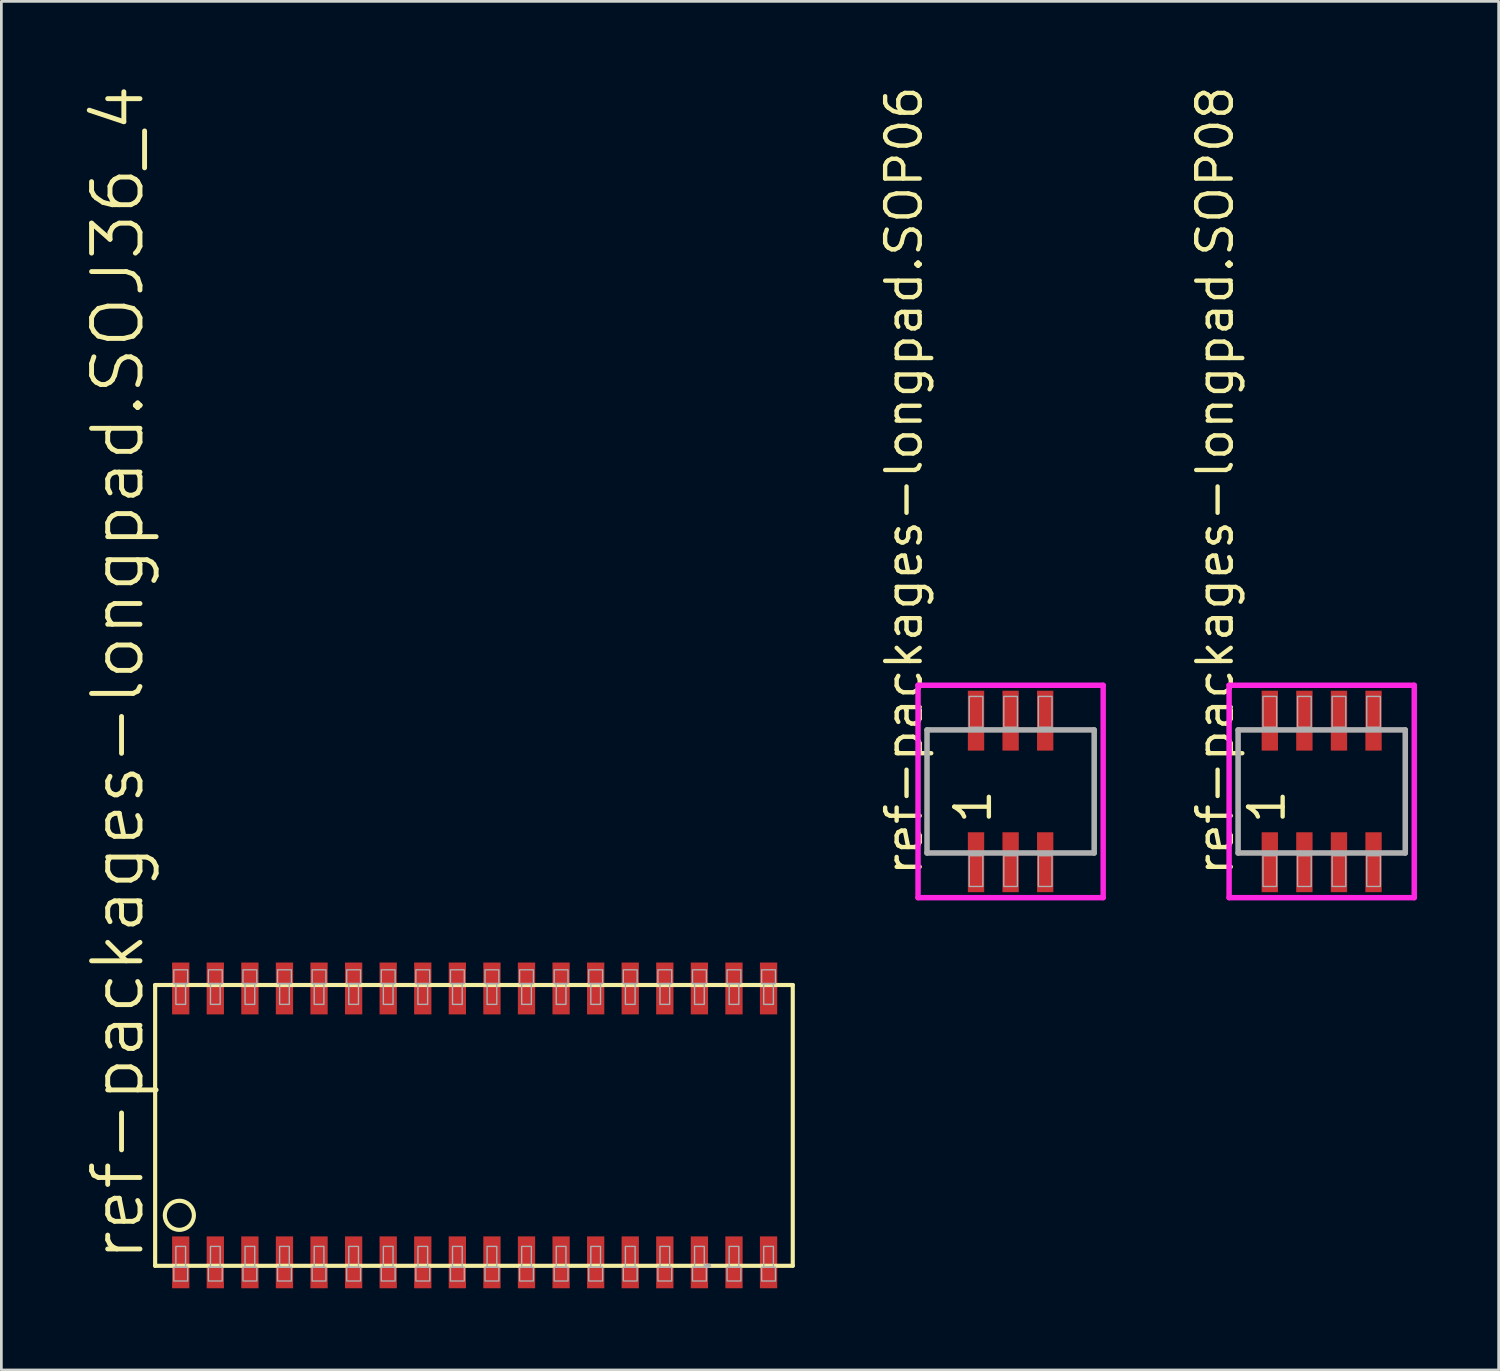
<source format=kicad_pcb>
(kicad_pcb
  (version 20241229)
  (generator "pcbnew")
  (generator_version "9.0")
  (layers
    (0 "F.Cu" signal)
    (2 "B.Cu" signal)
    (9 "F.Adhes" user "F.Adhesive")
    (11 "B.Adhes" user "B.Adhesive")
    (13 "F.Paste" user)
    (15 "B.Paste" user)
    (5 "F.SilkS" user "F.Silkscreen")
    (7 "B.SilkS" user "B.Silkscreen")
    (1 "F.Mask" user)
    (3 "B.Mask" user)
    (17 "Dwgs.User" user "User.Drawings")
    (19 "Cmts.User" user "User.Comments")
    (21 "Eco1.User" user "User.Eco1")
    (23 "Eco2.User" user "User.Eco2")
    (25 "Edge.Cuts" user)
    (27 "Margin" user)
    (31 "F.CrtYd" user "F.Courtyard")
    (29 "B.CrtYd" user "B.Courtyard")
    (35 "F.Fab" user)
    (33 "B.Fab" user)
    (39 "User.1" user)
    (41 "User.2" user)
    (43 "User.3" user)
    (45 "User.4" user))
  (footprint "ref-packages-longpad.SOP08"
    (layer "F.Cu")
    (at 45.493 26.019)
    (property "Reference" "ref-packages-longpad.SOP08" (at -3.175 3.175 90) (layer "F.SilkS") (effects (font (size 1.27 1.27) (thickness 0.16)) (justify left bottom)))
    (attr smd)
    (fp_line (start -3.4 -3.9) (end 3.4 -3.9) (stroke (width 0.2) (type default)) (layer "F.CrtYd"))
    (fp_line (start -3.4 3.9) (end -3.4 -3.9) (stroke (width 0.2) (type default)) (layer "F.CrtYd"))
    (fp_line (start 3.4 -3.9) (end 3.4 3.9) (stroke (width 0.2) (type default)) (layer "F.CrtYd"))
    (fp_line (start 3.4 3.9) (end -3.4 3.9) (stroke (width 0.2) (type default)) (layer "F.CrtYd"))
    (fp_line (start -3.07 -2.26) (end 3.07 -2.26) (stroke (width 0.203) (type default)) (layer "F.Fab"))
    (fp_line (start -3.07 2.26) (end -3.07 -2.26) (stroke (width 0.203) (type default)) (layer "F.Fab"))
    (fp_line (start 3.07 -2.26) (end 3.07 2.26) (stroke (width 0.203) (type default)) (layer "F.Fab"))
    (fp_line (start 3.07 2.26) (end -3.07 2.26) (stroke (width 0.203) (type default)) (layer "F.Fab"))
    (fp_rect (start -2.155 -2.36) (end -1.655 -3.49) (stroke (width 0.05) (type default)) (fill no) (layer "F.Fab"))
    (fp_rect (start -2.155 3.49) (end -1.655 2.36) (stroke (width 0.05) (type default)) (fill no) (layer "F.Fab"))
    (fp_rect (start -0.885 -2.36) (end -0.385 -3.49) (stroke (width 0.05) (type default)) (fill no) (layer "F.Fab"))
    (fp_rect (start -0.885 3.49) (end -0.385 2.36) (stroke (width 0.05) (type default)) (fill no) (layer "F.Fab"))
    (fp_rect (start 0.385 -2.36) (end 0.885 -3.49) (stroke (width 0.05) (type default)) (fill no) (layer "F.Fab"))
    (fp_rect (start 0.385 3.49) (end 0.885 2.36) (stroke (width 0.05) (type default)) (fill no) (layer "F.Fab"))
    (fp_rect (start 1.655 -2.36) (end 2.155 -3.49) (stroke (width 0.05) (type default)) (fill no) (layer "F.Fab"))
    (fp_rect (start 1.655 3.49) (end 2.155 2.36) (stroke (width 0.05) (type default)) (fill no) (layer "F.Fab"))
    (fp_text user "1" (at -1.27 1.27 90) (layer "F.SilkS") (effects (font (size 1.27 1.27) (thickness 0.16)) (justify left bottom)))
    (pad "1" smd roundrect (at -1.905 2.6) (size 0.6 2.2) (layers "F.Cu" "F.Mask" "F.Paste") (roundrect_rratio 0.01))
    (pad "2" smd roundrect (at -0.635 2.6) (size 0.6 2.2) (layers "F.Cu" "F.Mask" "F.Paste") (roundrect_rratio 0.01))
    (pad "3" smd roundrect (at 0.635 2.6) (size 0.6 2.2) (layers "F.Cu" "F.Mask" "F.Paste") (roundrect_rratio 0.01))
    (pad "4" smd roundrect (at 1.905 2.6) (size 0.6 2.2) (layers "F.Cu" "F.Mask" "F.Paste") (roundrect_rratio 0.01))
    (pad "5" smd roundrect (at 1.905 -2.6) (size 0.6 2.2) (layers "F.Cu" "F.Mask" "F.Paste") (roundrect_rratio 0.01))
    (pad "6" smd roundrect (at 0.635 -2.6) (size 0.6 2.2) (layers "F.Cu" "F.Mask" "F.Paste") (roundrect_rratio 0.01))
    (pad "7" smd roundrect (at -0.635 -2.6) (size 0.6 2.2) (layers "F.Cu" "F.Mask" "F.Paste") (roundrect_rratio 0.01))
    (pad "8" smd roundrect (at -1.905 -2.6) (size 0.6 2.2) (layers "F.Cu" "F.Mask" "F.Paste") (roundrect_rratio 0.01)))
  (footprint "ref-packages-longpad.SOP06"
    (layer "F.Cu")
    (at 34.068 26.019)
    (property "Reference" "ref-packages-longpad.SOP06" (at -3.175 3.175 90) (layer "F.SilkS") (effects (font (size 1.27 1.27) (thickness 0.16)) (justify left bottom)))
    (attr smd)
    (fp_line (start -3.4 -3.9) (end 3.4 -3.9) (stroke (width 0.2) (type default)) (layer "F.CrtYd"))
    (fp_line (start -3.4 3.9) (end -3.4 -3.9) (stroke (width 0.2) (type default)) (layer "F.CrtYd"))
    (fp_line (start 3.4 -3.9) (end 3.4 3.9) (stroke (width 0.2) (type default)) (layer "F.CrtYd"))
    (fp_line (start 3.4 3.9) (end -3.4 3.9) (stroke (width 0.2) (type default)) (layer "F.CrtYd"))
    (fp_line (start -3.07 -2.26) (end 3.07 -2.26) (stroke (width 0.203) (type default)) (layer "F.Fab"))
    (fp_line (start -3.07 2.26) (end -3.07 -2.26) (stroke (width 0.203) (type default)) (layer "F.Fab"))
    (fp_line (start 3.07 -2.26) (end 3.07 2.26) (stroke (width 0.203) (type default)) (layer "F.Fab"))
    (fp_line (start 3.07 2.26) (end -3.07 2.26) (stroke (width 0.203) (type default)) (layer "F.Fab"))
    (fp_rect (start -1.52 -2.36) (end -1.02 -3.49) (stroke (width 0.05) (type default)) (fill no) (layer "F.Fab"))
    (fp_rect (start -1.52 3.49) (end -1.02 2.36) (stroke (width 0.05) (type default)) (fill no) (layer "F.Fab"))
    (fp_rect (start -0.25 -2.36) (end 0.25 -3.49) (stroke (width 0.05) (type default)) (fill no) (layer "F.Fab"))
    (fp_rect (start -0.25 3.49) (end 0.25 2.36) (stroke (width 0.05) (type default)) (fill no) (layer "F.Fab"))
    (fp_rect (start 1.02 -2.36) (end 1.52 -3.49) (stroke (width 0.05) (type default)) (fill no) (layer "F.Fab"))
    (fp_rect (start 1.02 3.49) (end 1.52 2.36) (stroke (width 0.05) (type default)) (fill no) (layer "F.Fab"))
    (fp_text user "1" (at -0.635 1.27 90) (layer "F.SilkS") (effects (font (size 1.27 1.27) (thickness 0.16)) (justify left bottom)))
    (pad "1" smd roundrect (at -1.27 2.6) (size 0.6 2.2) (layers "F.Cu" "F.Mask" "F.Paste") (roundrect_rratio 0.01))
    (pad "2" smd roundrect (at 0 2.6) (size 0.6 2.2) (layers "F.Cu" "F.Mask" "F.Paste") (roundrect_rratio 0.01))
    (pad "3" smd roundrect (at 1.27 2.6) (size 0.6 2.2) (layers "F.Cu" "F.Mask" "F.Paste") (roundrect_rratio 0.01))
    (pad "4" smd roundrect (at 1.27 -2.6) (size 0.6 2.2) (layers "F.Cu" "F.Mask" "F.Paste") (roundrect_rratio 0.01))
    (pad "5" smd roundrect (at 0 -2.6) (size 0.6 2.2) (layers "F.Cu" "F.Mask" "F.Paste") (roundrect_rratio 0.01))
    (pad "6" smd roundrect (at -1.27 -2.6) (size 0.6 2.2) (layers "F.Cu" "F.Mask" "F.Paste") (roundrect_rratio 0.01)))
  (footprint "ref-packages-longpad.SOJ36_4"
    (layer "F.Cu")
    (at 13.748 38.284)
    (property "Reference" "ref-packages-longpad.SOJ36_4" (at -11.43 5.08 90) (layer "F.SilkS") (effects (font (size 1.778 1.778) (thickness 0.18)) (justify left bottom)))
    (attr smd)
    (fp_line (start -11.1 -5.156) (end -11.1 5.156) (stroke (width 0.152) (type default)) (layer "F.SilkS"))
    (fp_line (start -11.1 -5.156) (end 12.319 -5.156) (stroke (width 0.152) (type default)) (layer "F.SilkS"))
    (fp_line (start -11.1 5.156) (end 12.319 5.156) (stroke (width 0.152) (type default)) (layer "F.SilkS"))
    (fp_line (start 12.319 5.156) (end 12.319 -5.156) (stroke (width 0.152) (type default)) (layer "F.SilkS"))
    (fp_circle (center -10.211 3.302) (end -9.677 3.302) (stroke (width 0.152) (type default)) (fill no) (layer "F.SilkS"))
    (fp_line (start 9.246 5.156) (end 9.169 5.156) (stroke (width 0.152) (type default)) (layer "F.Fab"))
    (fp_rect (start -10.414 -5.207) (end -9.906 -5.715) (stroke (width 0.05) (type default)) (fill no) (layer "F.Fab"))
    (fp_rect (start -10.414 5.715) (end -9.906 5.207) (stroke (width 0.05) (type default)) (fill no) (layer "F.Fab"))
    (fp_rect (start -10.338 -4.445) (end -9.982 -5.207) (stroke (width 0.05) (type default)) (fill no) (layer "F.Fab"))
    (fp_rect (start -10.338 5.207) (end -9.982 4.445) (stroke (width 0.05) (type default)) (fill no) (layer "F.Fab"))
    (fp_rect (start -9.144 -5.207) (end -8.636 -5.715) (stroke (width 0.05) (type default)) (fill no) (layer "F.Fab"))
    (fp_rect (start -9.144 5.715) (end -8.636 5.207) (stroke (width 0.05) (type default)) (fill no) (layer "F.Fab"))
    (fp_rect (start -9.068 -4.445) (end -8.712 -5.207) (stroke (width 0.05) (type default)) (fill no) (layer "F.Fab"))
    (fp_rect (start -9.068 5.207) (end -8.712 4.445) (stroke (width 0.05) (type default)) (fill no) (layer "F.Fab"))
    (fp_rect (start -7.874 -5.207) (end -7.366 -5.715) (stroke (width 0.05) (type default)) (fill no) (layer "F.Fab"))
    (fp_rect (start -7.874 5.715) (end -7.366 5.207) (stroke (width 0.05) (type default)) (fill no) (layer "F.Fab"))
    (fp_rect (start -7.798 -4.445) (end -7.442 -5.207) (stroke (width 0.05) (type default)) (fill no) (layer "F.Fab"))
    (fp_rect (start -7.798 5.207) (end -7.442 4.445) (stroke (width 0.05) (type default)) (fill no) (layer "F.Fab"))
    (fp_rect (start -6.604 -5.207) (end -6.096 -5.715) (stroke (width 0.05) (type default)) (fill no) (layer "F.Fab"))
    (fp_rect (start -6.604 5.715) (end -6.096 5.207) (stroke (width 0.05) (type default)) (fill no) (layer "F.Fab"))
    (fp_rect (start -6.528 -4.445) (end -6.172 -5.207) (stroke (width 0.05) (type default)) (fill no) (layer "F.Fab"))
    (fp_rect (start -6.528 5.207) (end -6.172 4.445) (stroke (width 0.05) (type default)) (fill no) (layer "F.Fab"))
    (fp_rect (start -5.334 -5.207) (end -4.826 -5.715) (stroke (width 0.05) (type default)) (fill no) (layer "F.Fab"))
    (fp_rect (start -5.334 5.715) (end -4.826 5.207) (stroke (width 0.05) (type default)) (fill no) (layer "F.Fab"))
    (fp_rect (start -5.258 -4.445) (end -4.902 -5.207) (stroke (width 0.05) (type default)) (fill no) (layer "F.Fab"))
    (fp_rect (start -5.258 5.207) (end -4.902 4.445) (stroke (width 0.05) (type default)) (fill no) (layer "F.Fab"))
    (fp_rect (start -4.064 -5.207) (end -3.556 -5.715) (stroke (width 0.05) (type default)) (fill no) (layer "F.Fab"))
    (fp_rect (start -4.064 5.715) (end -3.556 5.207) (stroke (width 0.05) (type default)) (fill no) (layer "F.Fab"))
    (fp_rect (start -3.988 -4.445) (end -3.632 -5.207) (stroke (width 0.05) (type default)) (fill no) (layer "F.Fab"))
    (fp_rect (start -3.988 5.207) (end -3.632 4.445) (stroke (width 0.05) (type default)) (fill no) (layer "F.Fab"))
    (fp_rect (start -2.794 -5.207) (end -2.286 -5.715) (stroke (width 0.05) (type default)) (fill no) (layer "F.Fab"))
    (fp_rect (start -2.794 5.715) (end -2.286 5.207) (stroke (width 0.05) (type default)) (fill no) (layer "F.Fab"))
    (fp_rect (start -2.718 -4.445) (end -2.362 -5.207) (stroke (width 0.05) (type default)) (fill no) (layer "F.Fab"))
    (fp_rect (start -2.718 5.207) (end -2.362 4.445) (stroke (width 0.05) (type default)) (fill no) (layer "F.Fab"))
    (fp_rect (start -1.524 -5.207) (end -1.016 -5.715) (stroke (width 0.05) (type default)) (fill no) (layer "F.Fab"))
    (fp_rect (start -1.524 5.715) (end -1.016 5.207) (stroke (width 0.05) (type default)) (fill no) (layer "F.Fab"))
    (fp_rect (start -1.448 -4.445) (end -1.092 -5.207) (stroke (width 0.05) (type default)) (fill no) (layer "F.Fab"))
    (fp_rect (start -1.448 5.207) (end -1.092 4.445) (stroke (width 0.05) (type default)) (fill no) (layer "F.Fab"))
    (fp_rect (start -0.254 -5.207) (end 0.254 -5.715) (stroke (width 0.05) (type default)) (fill no) (layer "F.Fab"))
    (fp_rect (start -0.254 5.715) (end 0.254 5.207) (stroke (width 0.05) (type default)) (fill no) (layer "F.Fab"))
    (fp_rect (start -0.178 -4.445) (end 0.178 -5.207) (stroke (width 0.05) (type default)) (fill no) (layer "F.Fab"))
    (fp_rect (start -0.178 5.207) (end 0.178 4.445) (stroke (width 0.05) (type default)) (fill no) (layer "F.Fab"))
    (fp_rect (start 1.016 -5.207) (end 1.524 -5.715) (stroke (width 0.05) (type default)) (fill no) (layer "F.Fab"))
    (fp_rect (start 1.016 5.715) (end 1.524 5.207) (stroke (width 0.05) (type default)) (fill no) (layer "F.Fab"))
    (fp_rect (start 1.092 -4.445) (end 1.448 -5.207) (stroke (width 0.05) (type default)) (fill no) (layer "F.Fab"))
    (fp_rect (start 1.092 5.207) (end 1.448 4.445) (stroke (width 0.05) (type default)) (fill no) (layer "F.Fab"))
    (fp_rect (start 2.286 -5.207) (end 2.794 -5.715) (stroke (width 0.05) (type default)) (fill no) (layer "F.Fab"))
    (fp_rect (start 2.286 5.715) (end 2.794 5.207) (stroke (width 0.05) (type default)) (fill no) (layer "F.Fab"))
    (fp_rect (start 2.362 -4.445) (end 2.718 -5.207) (stroke (width 0.05) (type default)) (fill no) (layer "F.Fab"))
    (fp_rect (start 2.362 5.207) (end 2.718 4.445) (stroke (width 0.05) (type default)) (fill no) (layer "F.Fab"))
    (fp_rect (start 3.556 -5.207) (end 4.064 -5.715) (stroke (width 0.05) (type default)) (fill no) (layer "F.Fab"))
    (fp_rect (start 3.556 5.715) (end 4.064 5.207) (stroke (width 0.05) (type default)) (fill no) (layer "F.Fab"))
    (fp_rect (start 3.632 -4.445) (end 3.988 -5.207) (stroke (width 0.05) (type default)) (fill no) (layer "F.Fab"))
    (fp_rect (start 3.632 5.207) (end 3.988 4.445) (stroke (width 0.05) (type default)) (fill no) (layer "F.Fab"))
    (fp_rect (start 4.826 -5.207) (end 5.334 -5.715) (stroke (width 0.05) (type default)) (fill no) (layer "F.Fab"))
    (fp_rect (start 4.826 5.715) (end 5.334 5.207) (stroke (width 0.05) (type default)) (fill no) (layer "F.Fab"))
    (fp_rect (start 4.902 -4.445) (end 5.258 -5.207) (stroke (width 0.05) (type default)) (fill no) (layer "F.Fab"))
    (fp_rect (start 4.902 5.207) (end 5.258 4.445) (stroke (width 0.05) (type default)) (fill no) (layer "F.Fab"))
    (fp_rect (start 6.096 -5.207) (end 6.604 -5.715) (stroke (width 0.05) (type default)) (fill no) (layer "F.Fab"))
    (fp_rect (start 6.096 5.715) (end 6.604 5.207) (stroke (width 0.05) (type default)) (fill no) (layer "F.Fab"))
    (fp_rect (start 6.172 -4.445) (end 6.528 -5.207) (stroke (width 0.05) (type default)) (fill no) (layer "F.Fab"))
    (fp_rect (start 6.172 5.207) (end 6.528 4.445) (stroke (width 0.05) (type default)) (fill no) (layer "F.Fab"))
    (fp_rect (start 7.366 -5.207) (end 7.874 -5.715) (stroke (width 0.05) (type default)) (fill no) (layer "F.Fab"))
    (fp_rect (start 7.366 5.715) (end 7.874 5.207) (stroke (width 0.05) (type default)) (fill no) (layer "F.Fab"))
    (fp_rect (start 7.442 -4.445) (end 7.798 -5.207) (stroke (width 0.05) (type default)) (fill no) (layer "F.Fab"))
    (fp_rect (start 7.442 5.207) (end 7.798 4.445) (stroke (width 0.05) (type default)) (fill no) (layer "F.Fab"))
    (fp_rect (start 8.636 -5.207) (end 9.144 -5.715) (stroke (width 0.05) (type default)) (fill no) (layer "F.Fab"))
    (fp_rect (start 8.636 5.715) (end 9.144 5.207) (stroke (width 0.05) (type default)) (fill no) (layer "F.Fab"))
    (fp_rect (start 8.712 -4.445) (end 9.068 -5.207) (stroke (width 0.05) (type default)) (fill no) (layer "F.Fab"))
    (fp_rect (start 8.712 5.207) (end 9.068 4.445) (stroke (width 0.05) (type default)) (fill no) (layer "F.Fab"))
    (fp_rect (start 9.906 -5.207) (end 10.414 -5.715) (stroke (width 0.05) (type default)) (fill no) (layer "F.Fab"))
    (fp_rect (start 9.906 5.715) (end 10.414 5.207) (stroke (width 0.05) (type default)) (fill no) (layer "F.Fab"))
    (fp_rect (start 9.982 -4.445) (end 10.338 -5.207) (stroke (width 0.05) (type default)) (fill no) (layer "F.Fab"))
    (fp_rect (start 9.982 5.207) (end 10.338 4.445) (stroke (width 0.05) (type default)) (fill no) (layer "F.Fab"))
    (fp_rect (start 11.176 -5.207) (end 11.684 -5.715) (stroke (width 0.05) (type default)) (fill no) (layer "F.Fab"))
    (fp_rect (start 11.176 5.715) (end 11.684 5.207) (stroke (width 0.05) (type default)) (fill no) (layer "F.Fab"))
    (fp_rect (start 11.252 -4.445) (end 11.608 -5.207) (stroke (width 0.05) (type default)) (fill no) (layer "F.Fab"))
    (fp_rect (start 11.252 5.207) (end 11.608 4.445) (stroke (width 0.05) (type default)) (fill no) (layer "F.Fab"))
    (pad "1" smd roundrect (at -10.16 5.029) (size 0.635 1.905) (layers "F.Cu" "F.Mask" "F.Paste") (roundrect_rratio 0.01))
    (pad "2" smd roundrect (at -8.89 5.029) (size 0.635 1.905) (layers "F.Cu" "F.Mask" "F.Paste") (roundrect_rratio 0.01))
    (pad "3" smd roundrect (at -7.62 5.029) (size 0.635 1.905) (layers "F.Cu" "F.Mask" "F.Paste") (roundrect_rratio 0.01))
    (pad "4" smd roundrect (at -6.35 5.029) (size 0.635 1.905) (layers "F.Cu" "F.Mask" "F.Paste") (roundrect_rratio 0.01))
    (pad "5" smd roundrect (at -5.08 5.029) (size 0.635 1.905) (layers "F.Cu" "F.Mask" "F.Paste") (roundrect_rratio 0.01))
    (pad "6" smd roundrect (at -3.81 5.029) (size 0.635 1.905) (layers "F.Cu" "F.Mask" "F.Paste") (roundrect_rratio 0.01))
    (pad "7" smd roundrect (at -2.54 5.029) (size 0.635 1.905) (layers "F.Cu" "F.Mask" "F.Paste") (roundrect_rratio 0.01))
    (pad "8" smd roundrect (at -1.27 5.029) (size 0.635 1.905) (layers "F.Cu" "F.Mask" "F.Paste") (roundrect_rratio 0.01))
    (pad "9" smd roundrect (at 0 5.029) (size 0.635 1.905) (layers "F.Cu" "F.Mask" "F.Paste") (roundrect_rratio 0.01))
    (pad "10" smd roundrect (at 1.27 5.029) (size 0.635 1.905) (layers "F.Cu" "F.Mask" "F.Paste") (roundrect_rratio 0.01))
    (pad "11" smd roundrect (at 2.54 5.029) (size 0.635 1.905) (layers "F.Cu" "F.Mask" "F.Paste") (roundrect_rratio 0.01))
    (pad "12" smd roundrect (at 3.81 5.029) (size 0.635 1.905) (layers "F.Cu" "F.Mask" "F.Paste") (roundrect_rratio 0.01))
    (pad "13" smd roundrect (at 5.08 5.029) (size 0.635 1.905) (layers "F.Cu" "F.Mask" "F.Paste") (roundrect_rratio 0.01))
    (pad "14" smd roundrect (at 6.35 5.029) (size 0.635 1.905) (layers "F.Cu" "F.Mask" "F.Paste") (roundrect_rratio 0.01))
    (pad "15" smd roundrect (at 7.62 5.029) (size 0.635 1.905) (layers "F.Cu" "F.Mask" "F.Paste") (roundrect_rratio 0.01))
    (pad "16" smd roundrect (at 8.89 5.029) (size 0.635 1.905) (layers "F.Cu" "F.Mask" "F.Paste") (roundrect_rratio 0.01))
    (pad "17" smd roundrect (at 10.16 5.029) (size 0.635 1.905) (layers "F.Cu" "F.Mask" "F.Paste") (roundrect_rratio 0.01))
    (pad "18" smd roundrect (at 11.43 5.029) (size 0.635 1.905) (layers "F.Cu" "F.Mask" "F.Paste") (roundrect_rratio 0.01))
    (pad "19" smd roundrect (at 11.43 -5.029) (size 0.635 1.905) (layers "F.Cu" "F.Mask" "F.Paste") (roundrect_rratio 0.01))
    (pad "20" smd roundrect (at 10.16 -5.029) (size 0.635 1.905) (layers "F.Cu" "F.Mask" "F.Paste") (roundrect_rratio 0.01))
    (pad "21" smd roundrect (at 8.89 -5.029) (size 0.635 1.905) (layers "F.Cu" "F.Mask" "F.Paste") (roundrect_rratio 0.01))
    (pad "22" smd roundrect (at 7.62 -5.029) (size 0.635 1.905) (layers "F.Cu" "F.Mask" "F.Paste") (roundrect_rratio 0.01))
    (pad "23" smd roundrect (at 6.35 -5.029) (size 0.635 1.905) (layers "F.Cu" "F.Mask" "F.Paste") (roundrect_rratio 0.01))
    (pad "24" smd roundrect (at 5.08 -5.029) (size 0.635 1.905) (layers "F.Cu" "F.Mask" "F.Paste") (roundrect_rratio 0.01))
    (pad "25" smd roundrect (at 3.81 -5.029) (size 0.635 1.905) (layers "F.Cu" "F.Mask" "F.Paste") (roundrect_rratio 0.01))
    (pad "26" smd roundrect (at 2.54 -5.029) (size 0.635 1.905) (layers "F.Cu" "F.Mask" "F.Paste") (roundrect_rratio 0.01))
    (pad "27" smd roundrect (at 1.27 -5.029) (size 0.635 1.905) (layers "F.Cu" "F.Mask" "F.Paste") (roundrect_rratio 0.01))
    (pad "28" smd roundrect (at 0 -5.029) (size 0.635 1.905) (layers "F.Cu" "F.Mask" "F.Paste") (roundrect_rratio 0.01))
    (pad "29" smd roundrect (at -1.27 -5.029) (size 0.635 1.905) (layers "F.Cu" "F.Mask" "F.Paste") (roundrect_rratio 0.01))
    (pad "30" smd roundrect (at -2.54 -5.029) (size 0.635 1.905) (layers "F.Cu" "F.Mask" "F.Paste") (roundrect_rratio 0.01))
    (pad "31" smd roundrect (at -3.81 -5.029) (size 0.635 1.905) (layers "F.Cu" "F.Mask" "F.Paste") (roundrect_rratio 0.01))
    (pad "32" smd roundrect (at -5.08 -5.029) (size 0.635 1.905) (layers "F.Cu" "F.Mask" "F.Paste") (roundrect_rratio 0.01))
    (pad "33" smd roundrect (at -6.35 -5.029) (size 0.635 1.905) (layers "F.Cu" "F.Mask" "F.Paste") (roundrect_rratio 0.01))
    (pad "34" smd roundrect (at -7.62 -5.029) (size 0.635 1.905) (layers "F.Cu" "F.Mask" "F.Paste") (roundrect_rratio 0.01))
    (pad "35" smd roundrect (at -8.89 -5.029) (size 0.635 1.905) (layers "F.Cu" "F.Mask" "F.Paste") (roundrect_rratio 0.01))
    (pad "36" smd roundrect (at -10.16 -5.029) (size 0.635 1.905) (layers "F.Cu" "F.Mask" "F.Paste") (roundrect_rratio 0.01)))
  (gr_rect
    (start -3 -3)
    (end 51.993 47.266)
    (stroke (width 0.1) (type default))
    (fill no)
    (layer "Edge.Cuts")))
</source>
